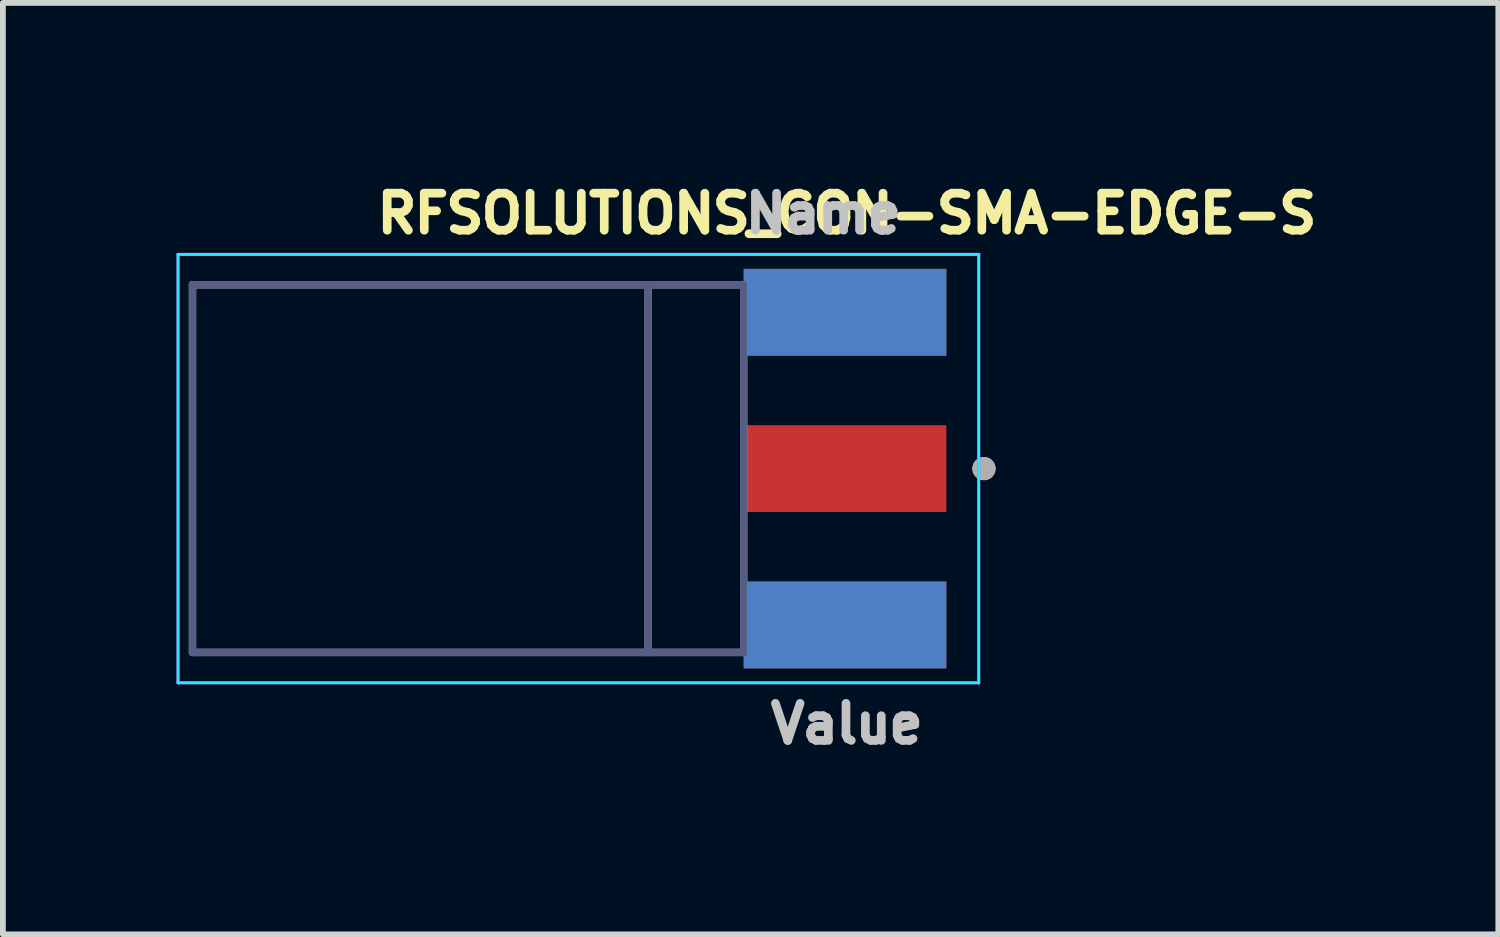
<source format=kicad_pcb>
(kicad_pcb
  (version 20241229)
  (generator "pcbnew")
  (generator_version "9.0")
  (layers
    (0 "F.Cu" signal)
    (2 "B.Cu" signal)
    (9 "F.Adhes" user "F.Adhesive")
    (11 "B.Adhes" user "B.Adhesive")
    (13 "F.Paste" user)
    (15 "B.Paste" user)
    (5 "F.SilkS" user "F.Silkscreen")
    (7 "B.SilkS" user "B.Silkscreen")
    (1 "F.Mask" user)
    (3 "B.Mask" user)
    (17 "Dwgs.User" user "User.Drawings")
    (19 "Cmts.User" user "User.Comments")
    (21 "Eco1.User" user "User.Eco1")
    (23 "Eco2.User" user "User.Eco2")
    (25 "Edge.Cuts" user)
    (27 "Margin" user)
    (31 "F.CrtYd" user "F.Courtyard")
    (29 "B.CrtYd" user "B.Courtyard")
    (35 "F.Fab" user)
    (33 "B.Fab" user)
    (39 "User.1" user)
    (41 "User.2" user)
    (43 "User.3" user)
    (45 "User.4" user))
  (footprint "RFSOLUTIONS_CON-SMA-EDGE-S"
    (layer "F.Cu")
    (at 11.545 5.044)
    (property "Reference" "RFSOLUTIONS_CON-SMA-EDGE-S" (at 0.032 -4.406 0) (layer "F.SilkS") (effects (font (size 0.64 0.64) (thickness 0.15))))
    (attr through_hole)
    (fp_circle (center 2.4 0) (end 2.5 0) (stroke (width 0.2) (type solid)) (fill no) (layer "F.SilkS"))
    (fp_line (start -11.52 -3.7) (end -11.52 3.7) (stroke (width 0.05) (type solid)) (layer "B.CrtYd"))
    (fp_line (start -11.52 3.7) (end 2.31 3.7) (stroke (width 0.05) (type solid)) (layer "B.CrtYd"))
    (fp_line (start 2.31 -3.7) (end -11.52 -3.7) (stroke (width 0.05) (type solid)) (layer "B.CrtYd"))
    (fp_line (start 2.31 3.7) (end 2.31 -3.7) (stroke (width 0.05) (type solid)) (layer "B.CrtYd"))
    (fp_line (start -11.52 -3.7) (end 2.31 -3.7) (stroke (width 0.05) (type solid)) (layer "F.CrtYd"))
    (fp_line (start -11.52 3.7) (end -11.52 -3.7) (stroke (width 0.05) (type solid)) (layer "F.CrtYd"))
    (fp_line (start 2.31 -3.7) (end 2.31 3.7) (stroke (width 0.05) (type solid)) (layer "F.CrtYd"))
    (fp_line (start 2.31 3.7) (end -11.52 3.7) (stroke (width 0.05) (type solid)) (layer "F.CrtYd"))
    (fp_line (start -11.27 -3.175) (end -3.4 -3.175) (stroke (width 0.127) (type solid)) (layer "B.Fab"))
    (fp_line (start -11.27 3.175) (end -11.27 -3.175) (stroke (width 0.127) (type solid)) (layer "B.Fab"))
    (fp_line (start -3.4 -3.175) (end -3.4 3.175) (stroke (width 0.127) (type solid)) (layer "B.Fab"))
    (fp_line (start -3.4 3.175) (end -11.27 3.175) (stroke (width 0.127) (type solid)) (layer "B.Fab"))
    (fp_line (start -3.4 3.175) (end -1.75 3.175) (stroke (width 0.127) (type solid)) (layer "B.Fab"))
    (fp_line (start -1.75 -3.175) (end -3.4 -3.175) (stroke (width 0.127) (type solid)) (layer "B.Fab"))
    (fp_line (start -1.75 3.175) (end -1.75 -3.175) (stroke (width 0.127) (type solid)) (layer "B.Fab"))
    (fp_line (start -11.27 -3.175) (end -11.27 3.175) (stroke (width 0.127) (type solid)) (layer "F.Fab"))
    (fp_line (start -11.27 3.175) (end -3.4 3.175) (stroke (width 0.127) (type solid)) (layer "F.Fab"))
    (fp_line (start -3.4 -3.175) (end -11.27 -3.175) (stroke (width 0.127) (type solid)) (layer "F.Fab"))
    (fp_line (start -3.4 -3.175) (end -1.75 -3.175) (stroke (width 0.127) (type solid)) (layer "F.Fab"))
    (fp_line (start -3.4 3.175) (end -3.4 -3.175) (stroke (width 0.127) (type solid)) (layer "F.Fab"))
    (fp_line (start -1.75 -3.175) (end -1.75 3.175) (stroke (width 0.127) (type solid)) (layer "F.Fab"))
    (fp_line (start -1.75 3.175) (end -3.4 3.175) (stroke (width 0.127) (type solid)) (layer "F.Fab"))
    (fp_circle (center 2.4 0) (end 2.5 0) (stroke (width 0.2) (type solid)) (fill no) (layer "F.Fab"))
    (fp_text user "Value" (at 0.032 4.406 0) (layer "Dwgs.User") (effects (font (size 0.64 0.64) (thickness 0.15))))
    (fp_text user "Name" (at -0.374 -4.406 0) (layer "Dwgs.User") (effects (font (size 0.64 0.64) (thickness 0.15))))
    (pad "1" smd rect (at 0 0) (size 3.5 1.5) (layers "F.Cu" "F.Mask" "F.Paste"))
    (pad "2" smd rect (at 0 -2.7) (size 3.5 1.5) (layers "F.Cu" "F.Mask" "F.Paste"))
    (pad "2" smd rect (at 0 -2.7) (size 3.5 1.5) (layers "B.Cu" "B.Mask" "B.Paste"))
    (pad "2" smd rect (at 0 2.7) (size 3.5 1.5) (layers "F.Cu" "F.Mask" "F.Paste"))
    (pad "2" smd rect (at 0 2.7) (size 3.5 1.5) (layers "B.Cu" "B.Mask" "B.Paste")))
  (gr_rect
    (start -3 -3)
    (end 22.829 13.088)
    (stroke (width 0.1) (type default))
    (fill no)
    (layer "Edge.Cuts")))
</source>
